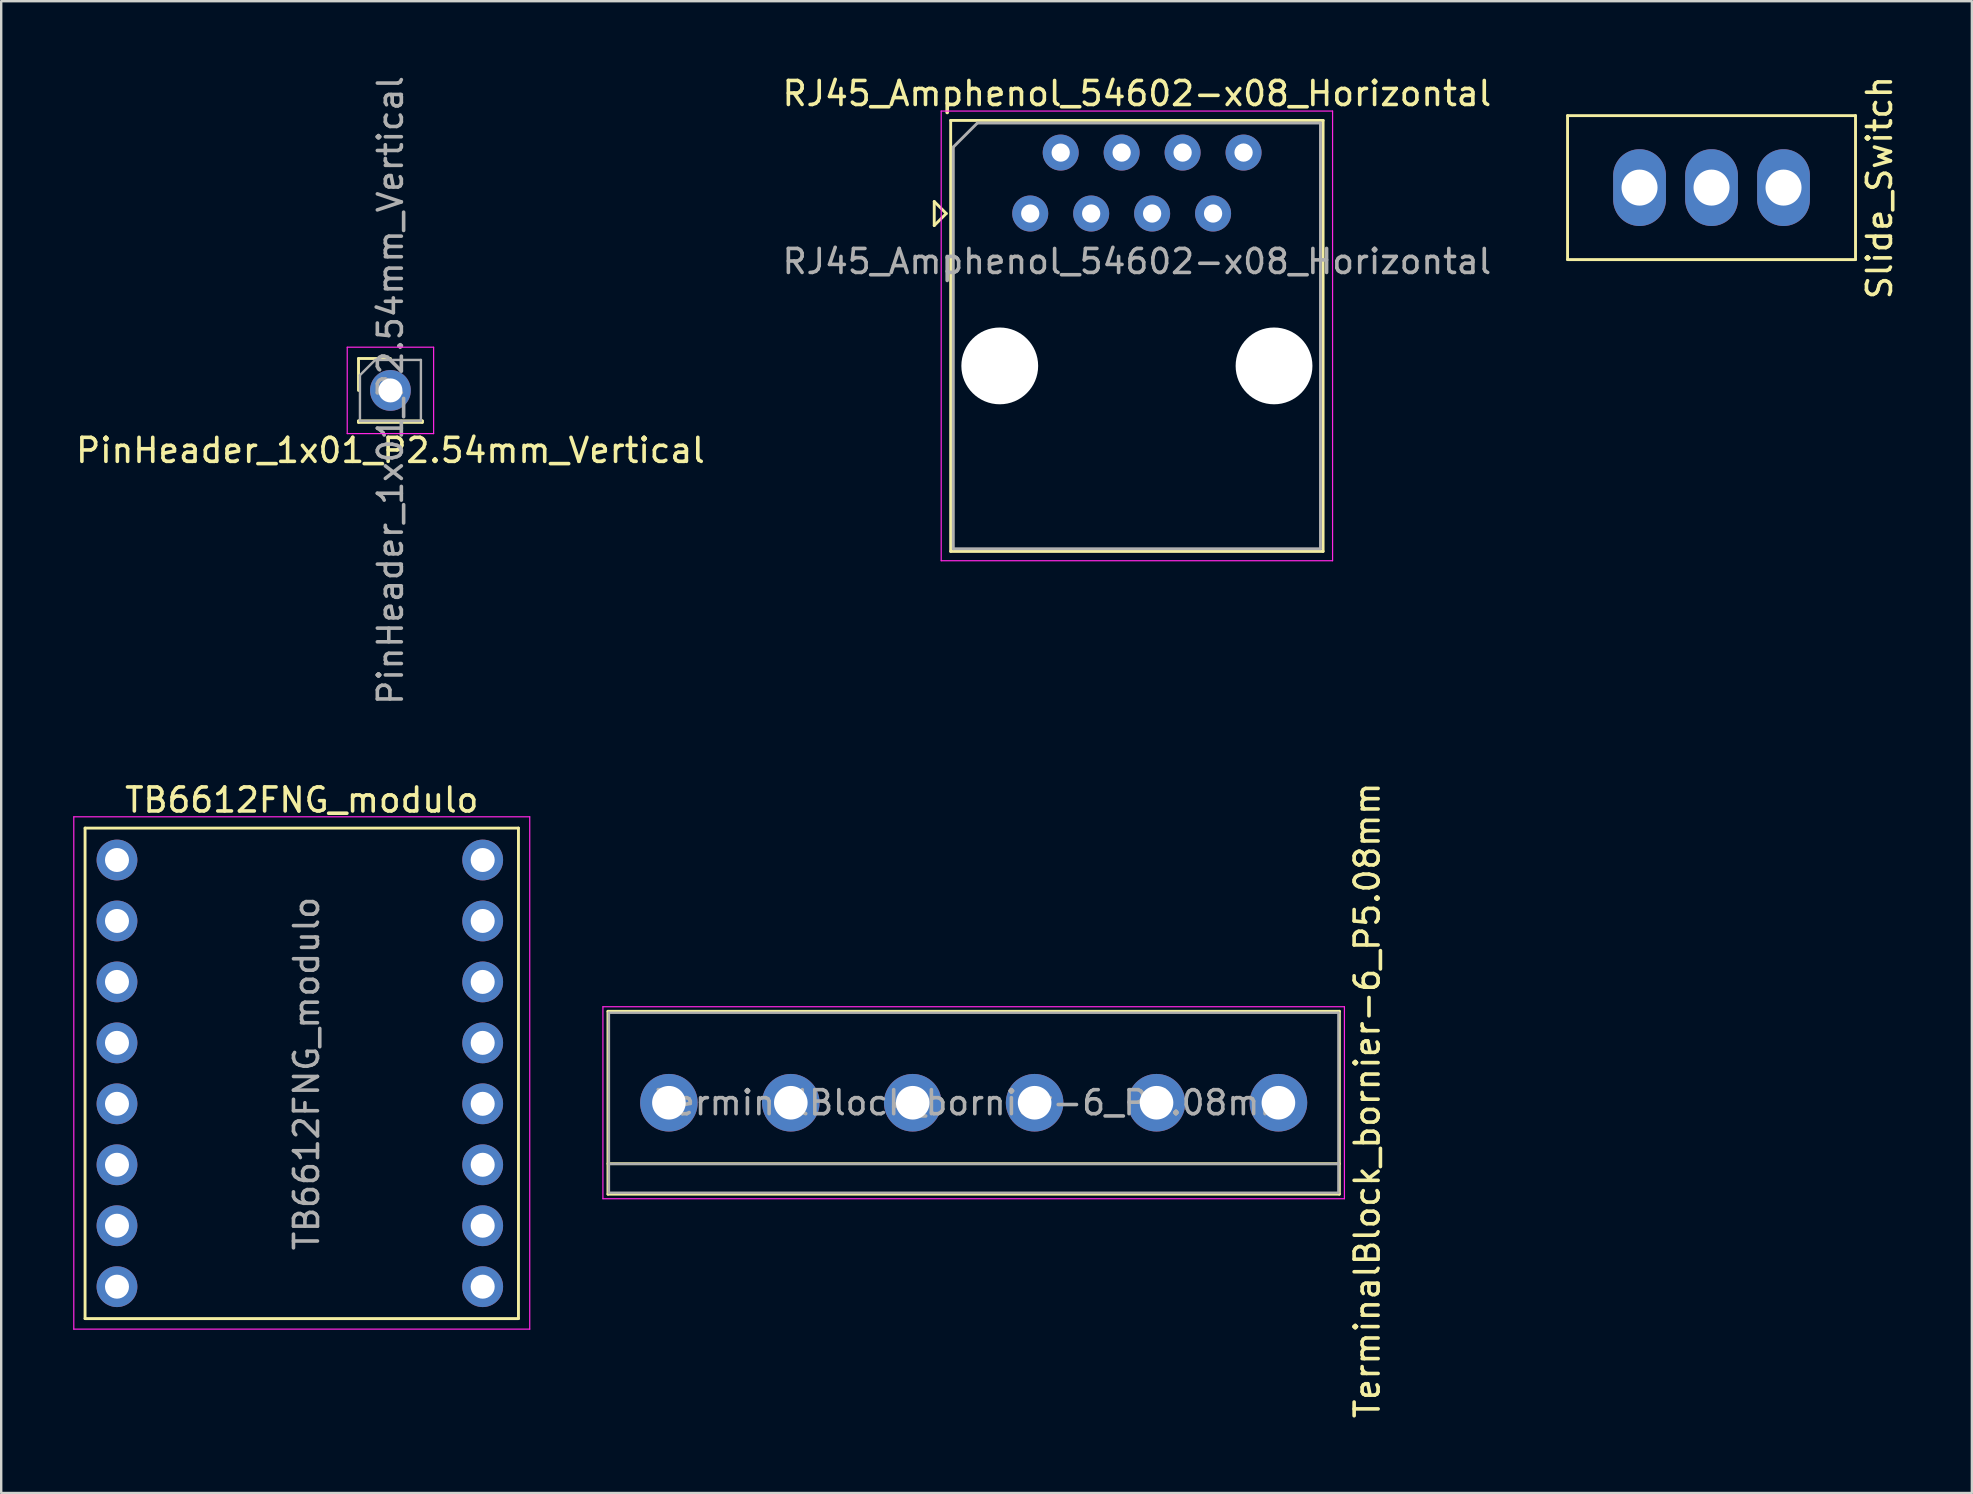
<source format=kicad_pcb>
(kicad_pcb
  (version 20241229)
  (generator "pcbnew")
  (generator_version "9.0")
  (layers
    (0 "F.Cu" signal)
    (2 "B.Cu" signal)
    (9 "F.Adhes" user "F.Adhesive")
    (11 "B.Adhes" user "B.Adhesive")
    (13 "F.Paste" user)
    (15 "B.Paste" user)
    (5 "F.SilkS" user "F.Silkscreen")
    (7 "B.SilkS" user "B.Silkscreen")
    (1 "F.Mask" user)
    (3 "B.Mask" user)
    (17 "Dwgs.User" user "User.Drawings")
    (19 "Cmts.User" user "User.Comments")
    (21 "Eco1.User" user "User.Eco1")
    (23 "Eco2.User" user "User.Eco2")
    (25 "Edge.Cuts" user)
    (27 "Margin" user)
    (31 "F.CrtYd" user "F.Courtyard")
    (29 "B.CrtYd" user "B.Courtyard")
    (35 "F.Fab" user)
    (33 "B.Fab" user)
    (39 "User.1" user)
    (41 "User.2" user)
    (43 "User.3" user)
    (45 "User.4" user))
  (footprint "PinHeader_1x01_P2.54mm_Vertical"
    (layer "F.Cu")
    (at 13.22 13.22)
    (property "Reference" "PinHeader_1x01_P2.54mm_Vertical" (at 0 2.5 0) (layer "F.SilkS") (effects (font (size 1 1) (thickness 0.15))))
    (attr through_hole)
    (fp_line (start -1.33 -1.33) (end 0 -1.33) (stroke (width 0.12) (type solid)) (layer "F.SilkS"))
    (fp_line (start -1.33 0) (end -1.33 -1.33) (stroke (width 0.12) (type solid)) (layer "F.SilkS"))
    (fp_line (start -1.33 1.27) (end -1.33 1.33) (stroke (width 0.12) (type solid)) (layer "F.SilkS"))
    (fp_line (start -1.33 1.27) (end 1.33 1.27) (stroke (width 0.12) (type solid)) (layer "F.SilkS"))
    (fp_line (start -1.33 1.33) (end 1.33 1.33) (stroke (width 0.12) (type solid)) (layer "F.SilkS"))
    (fp_line (start 1.33 1.27) (end 1.33 1.33) (stroke (width 0.12) (type solid)) (layer "F.SilkS"))
    (fp_line (start -1.8 -1.8) (end -1.8 1.8) (stroke (width 0.05) (type solid)) (layer "F.CrtYd"))
    (fp_line (start -1.8 1.8) (end 1.8 1.8) (stroke (width 0.05) (type solid)) (layer "F.CrtYd"))
    (fp_line (start 1.8 -1.8) (end -1.8 -1.8) (stroke (width 0.05) (type solid)) (layer "F.CrtYd"))
    (fp_line (start 1.8 1.8) (end 1.8 -1.8) (stroke (width 0.05) (type solid)) (layer "F.CrtYd"))
    (fp_line (start -1.27 -0.635) (end -0.635 -1.27) (stroke (width 0.1) (type solid)) (layer "F.Fab"))
    (fp_line (start -1.27 1.27) (end -1.27 -0.635) (stroke (width 0.1) (type solid)) (layer "F.Fab"))
    (fp_line (start -0.635 -1.27) (end 1.27 -1.27) (stroke (width 0.1) (type solid)) (layer "F.Fab"))
    (fp_line (start 1.27 -1.27) (end 1.27 1.27) (stroke (width 0.1) (type solid)) (layer "F.Fab"))
    (fp_line (start 1.27 1.27) (end -1.27 1.27) (stroke (width 0.1) (type solid)) (layer "F.Fab"))
    (fp_text user "${REFERENCE}" (at 0 0 90) (layer "F.Fab") (effects (font (size 1 1) (thickness 0.15))))
    (pad "1" thru_hole circle (at 0 0) (size 1.7 1.7) (drill 1) (layers "*.Cu" "*.Mask")))
  (footprint "TerminalBlock_bornier-6_P5.08mm"
    (layer "F.Cu")
    (at 24.825 42.904)
    (property "Reference" "TerminalBlock_bornier-6_P5.08mm" (at 29.1 -0.1 270) (layer "F.SilkS") (effects (font (size 1 1) (thickness 0.15))))
    (attr through_hole)
    (fp_line (start -2.54 -3.81) (end -2.54 3.81) (stroke (width 0.12) (type solid)) (layer "F.SilkS"))
    (fp_line (start -2.54 -3.81) (end 27.94 -3.81) (stroke (width 0.12) (type solid)) (layer "F.SilkS"))
    (fp_line (start -2.54 2.54) (end 27.94 2.54) (stroke (width 0.12) (type solid)) (layer "F.SilkS"))
    (fp_line (start -2.54 3.81) (end 27.94 3.81) (stroke (width 0.12) (type solid)) (layer "F.SilkS"))
    (fp_line (start 27.94 3.81) (end 27.94 -3.81) (stroke (width 0.12) (type solid)) (layer "F.SilkS"))
    (fp_line (start -2.75 -4) (end -2.75 4) (stroke (width 0.05) (type solid)) (layer "F.CrtYd"))
    (fp_line (start -2.75 -4) (end 28.15 -4) (stroke (width 0.05) (type solid)) (layer "F.CrtYd"))
    (fp_line (start 28.15 4) (end -2.75 4) (stroke (width 0.05) (type solid)) (layer "F.CrtYd"))
    (fp_line (start 28.15 4) (end 28.15 -4) (stroke (width 0.05) (type solid)) (layer "F.CrtYd"))
    (fp_line (start -2.5 -3.75) (end -2.5 3.75) (stroke (width 0.1) (type solid)) (layer "F.Fab"))
    (fp_line (start -2.5 2.55) (end 27.9 2.55) (stroke (width 0.1) (type solid)) (layer "F.Fab"))
    (fp_line (start -2.5 3.75) (end 27.9 3.75) (stroke (width 0.1) (type solid)) (layer "F.Fab"))
    (fp_line (start 27.9 -3.75) (end -2.5 -3.75) (stroke (width 0.1) (type solid)) (layer "F.Fab"))
    (fp_line (start 27.9 3.75) (end 27.9 -3.75) (stroke (width 0.1) (type solid)) (layer "F.Fab"))
    (fp_text user "${REFERENCE}" (at 12.7 0 180) (layer "F.Fab") (effects (font (size 1 1) (thickness 0.15))))
    (pad "1" thru_hole circle (at 0 0) (size 2.4 2.4) (drill 1.4) (layers "*.Cu" "*.Mask"))
    (pad "2" thru_hole circle (at 5.08 0) (size 2.4 2.4) (drill 1.4) (layers "*.Cu" "*.Mask"))
    (pad "3" thru_hole circle (at 10.16 0) (size 2.4 2.4) (drill 1.4) (layers "*.Cu" "*.Mask"))
    (pad "4" thru_hole circle (at 15.24 0) (size 2.4 2.4) (drill 1.4) (layers "*.Cu" "*.Mask"))
    (pad "5" thru_hole circle (at 20.32 0) (size 2.4 2.4) (drill 1.4) (layers "*.Cu" "*.Mask"))
    (pad "6" thru_hole circle (at 25.4 0) (size 2.4 2.4) (drill 1.4) (layers "*.Cu" "*.Mask")))
  (footprint "RJ45_Amphenol_54602-x08_Horizontal"
    (layer "F.Cu")
    (at 39.882 5.848)
    (property "Reference" "RJ45_Amphenol_54602-x08_Horizontal" (at 4.445 -5 0) (layer "F.SilkS") (effects (font (size 1 1) (thickness 0.15))))
    (attr through_hole)
    (fp_line (start -4 -0.5) (end -4 0.5) (stroke (width 0.12) (type solid)) (layer "F.SilkS"))
    (fp_line (start -4 0.5) (end -3.5 0) (stroke (width 0.12) (type solid)) (layer "F.SilkS"))
    (fp_line (start -3.5 0) (end -4 -0.5) (stroke (width 0.12) (type solid)) (layer "F.SilkS"))
    (fp_line (start -3.315 -3.88) (end -3.315 14.08) (stroke (width 0.12) (type solid)) (layer "F.SilkS"))
    (fp_line (start -3.315 14.08) (end 12.205 14.08) (stroke (width 0.12) (type solid)) (layer "F.SilkS"))
    (fp_line (start 12.205 -3.88) (end -3.315 -3.88) (stroke (width 0.12) (type solid)) (layer "F.SilkS"))
    (fp_line (start 12.205 -3.88) (end 12.205 14.08) (stroke (width 0.12) (type solid)) (layer "F.SilkS"))
    (fp_line (start -3.71 -4.27) (end -3.71 14.47) (stroke (width 0.05) (type solid)) (layer "F.CrtYd"))
    (fp_line (start -3.71 -4.27) (end 12.6 -4.27) (stroke (width 0.05) (type solid)) (layer "F.CrtYd"))
    (fp_line (start 12.6 14.47) (end -3.71 14.47) (stroke (width 0.05) (type solid)) (layer "F.CrtYd"))
    (fp_line (start 12.6 14.47) (end 12.6 -4.27) (stroke (width 0.05) (type solid)) (layer "F.CrtYd"))
    (fp_line (start -3.205 -2.77) (end -2.205 -3.77) (stroke (width 0.12) (type solid)) (layer "F.Fab"))
    (fp_line (start -3.205 13.97) (end -3.205 -2.77) (stroke (width 0.12) (type solid)) (layer "F.Fab"))
    (fp_line (start -2.205 -3.77) (end 12.095 -3.77) (stroke (width 0.12) (type solid)) (layer "F.Fab"))
    (fp_line (start 12.095 -3.77) (end 12.095 13.97) (stroke (width 0.12) (type solid)) (layer "F.Fab"))
    (fp_line (start 12.095 13.97) (end -3.205 13.97) (stroke (width 0.12) (type solid)) (layer "F.Fab"))
    (fp_text user "${REFERENCE}" (at 4.445 2 0) (layer "F.Fab") (effects (font (size 1 1) (thickness 0.15))))
    (pad "" np_thru_hole circle (at -1.27 6.35) (size 3.2 3.2) (drill 3.2) (layers "*.Cu" "*.Mask"))
    (pad "" np_thru_hole circle (at 10.16 6.35) (size 3.2 3.2) (drill 3.2) (layers "*.Cu" "*.Mask"))
    (pad "1" thru_hole circle (at 0 0) (size 1.5 1.5) (drill 0.76) (layers "*.Cu" "*.Mask"))
    (pad "2" thru_hole circle (at 1.27 -2.54) (size 1.5 1.5) (drill 0.76) (layers "*.Cu" "*.Mask"))
    (pad "3" thru_hole circle (at 2.54 0) (size 1.5 1.5) (drill 0.76) (layers "*.Cu" "*.Mask"))
    (pad "4" thru_hole circle (at 3.81 -2.54) (size 1.5 1.5) (drill 0.76) (layers "*.Cu" "*.Mask"))
    (pad "5" thru_hole circle (at 5.08 0) (size 1.5 1.5) (drill 0.76) (layers "*.Cu" "*.Mask"))
    (pad "6" thru_hole circle (at 6.35 -2.54) (size 1.5 1.5) (drill 0.76) (layers "*.Cu" "*.Mask"))
    (pad "7" thru_hole circle (at 7.62 0) (size 1.5 1.5) (drill 0.76) (layers "*.Cu" "*.Mask"))
    (pad "8" thru_hole circle (at 8.89 -2.54) (size 1.5 1.5) (drill 0.76) (layers "*.Cu" "*.Mask")))
  (footprint "Slide_Switch"
    (layer "F.Cu")
    (at 65.274 4.768)
    (property "Reference" "Slide_Switch" (at 10 0 270) (layer "F.SilkS") (effects (font (size 1 1) (thickness 0.15))))
    (attr through_hole)
    (fp_line (start -3 -3) (end 9 -3) (stroke (width 0.12) (type solid)) (layer "F.SilkS"))
    (fp_line (start -3 3) (end -3 -3) (stroke (width 0.12) (type solid)) (layer "F.SilkS"))
    (fp_line (start 9 -3) (end 9 3) (stroke (width 0.12) (type solid)) (layer "F.SilkS"))
    (fp_line (start 9 3) (end -3 3) (stroke (width 0.12) (type solid)) (layer "F.SilkS"))
    (pad "1" thru_hole oval (at 0 0) (size 2.2 3.2) (drill 1.5) (layers "*.Cu" "*.Mask"))
    (pad "2" thru_hole oval (at 3 0) (size 2.2 3.2) (drill 1.5) (layers "*.Cu" "*.Mask"))
    (pad "3" thru_hole oval (at 6 0) (size 2.2 3.2) (drill 1.5) (layers "*.Cu" "*.Mask")))
  (footprint "TB6612FNG_modulo"
    (layer "F.Cu")
    (at 1.825 32.789)
    (property "Reference" "TB6612FNG_modulo" (at 7.7 -2.5 0) (layer "F.SilkS") (effects (font (size 1 1) (thickness 0.15))))
    (attr through_hole)
    (fp_line (start -1.33 -1.33) (end -1.33 19.11) (stroke (width 0.12) (type solid)) (layer "F.SilkS"))
    (fp_line (start -1.33 -1.33) (end 16.73 -1.33) (stroke (width 0.12) (type solid)) (layer "F.SilkS"))
    (fp_line (start -1.33 19.11) (end 16.73 19.11) (stroke (width 0.12) (type solid)) (layer "F.SilkS"))
    (fp_line (start 16.73 -1.33) (end 16.73 19.11) (stroke (width 0.12) (type solid)) (layer "F.SilkS"))
    (fp_line (start -1.8 -1.8) (end -1.8 19.55) (stroke (width 0.05) (type solid)) (layer "F.CrtYd"))
    (fp_line (start -1.8 19.55) (end 17.2 19.55) (stroke (width 0.05) (type solid)) (layer "F.CrtYd"))
    (fp_line (start 17.2 -1.8) (end -1.8 -1.8) (stroke (width 0.05) (type solid)) (layer "F.CrtYd"))
    (fp_line (start 17.2 19.55) (end 17.2 -1.8) (stroke (width 0.05) (type solid)) (layer "F.CrtYd"))
    (fp_text user "${REFERENCE}" (at 7.9 8.9 270) (layer "F.Fab") (effects (font (size 1 1) (thickness 0.15))))
    (pad "1" thru_hole circle (at 0 0) (size 1.7 1.7) (drill 1) (layers "*.Cu" "*.Mask"))
    (pad "2" thru_hole oval (at 0 2.54) (size 1.7 1.7) (drill 1) (layers "*.Cu" "*.Mask"))
    (pad "3" thru_hole oval (at 0 5.08) (size 1.7 1.7) (drill 1) (layers "*.Cu" "*.Mask"))
    (pad "4" thru_hole oval (at 0 7.62) (size 1.7 1.7) (drill 1) (layers "*.Cu" "*.Mask"))
    (pad "5" thru_hole oval (at 0 10.16) (size 1.7 1.7) (drill 1) (layers "*.Cu" "*.Mask"))
    (pad "6" thru_hole oval (at 0 12.7) (size 1.7 1.7) (drill 1) (layers "*.Cu" "*.Mask"))
    (pad "7" thru_hole oval (at 0 15.24) (size 1.7 1.7) (drill 1) (layers "*.Cu" "*.Mask"))
    (pad "8" thru_hole oval (at 0 17.78) (size 1.7 1.7) (drill 1) (layers "*.Cu" "*.Mask"))
    (pad "9" thru_hole oval (at 15.24 17.78) (size 1.7 1.7) (drill 1) (layers "*.Cu" "*.Mask"))
    (pad "10" thru_hole oval (at 15.24 15.24) (size 1.7 1.7) (drill 1) (layers "*.Cu" "*.Mask"))
    (pad "11" thru_hole oval (at 15.24 12.7) (size 1.7 1.7) (drill 1) (layers "*.Cu" "*.Mask"))
    (pad "12" thru_hole oval (at 15.24 10.16) (size 1.7 1.7) (drill 1) (layers "*.Cu" "*.Mask"))
    (pad "13" thru_hole oval (at 15.24 7.62) (size 1.7 1.7) (drill 1) (layers "*.Cu" "*.Mask"))
    (pad "14" thru_hole oval (at 15.24 5.08) (size 1.7 1.7) (drill 1) (layers "*.Cu" "*.Mask"))
    (pad "15" thru_hole oval (at 15.24 2.54) (size 1.7 1.7) (drill 1) (layers "*.Cu" "*.Mask"))
    (pad "16" thru_hole oval (at 15.24 0) (size 1.7 1.7) (drill 1) (layers "*.Cu" "*.Mask")))
  (gr_rect
    (start -3 -3)
    (end 79.123 59.167)
    (stroke (width 0.1) (type default))
    (fill no)
    (layer "Edge.Cuts")))
</source>
